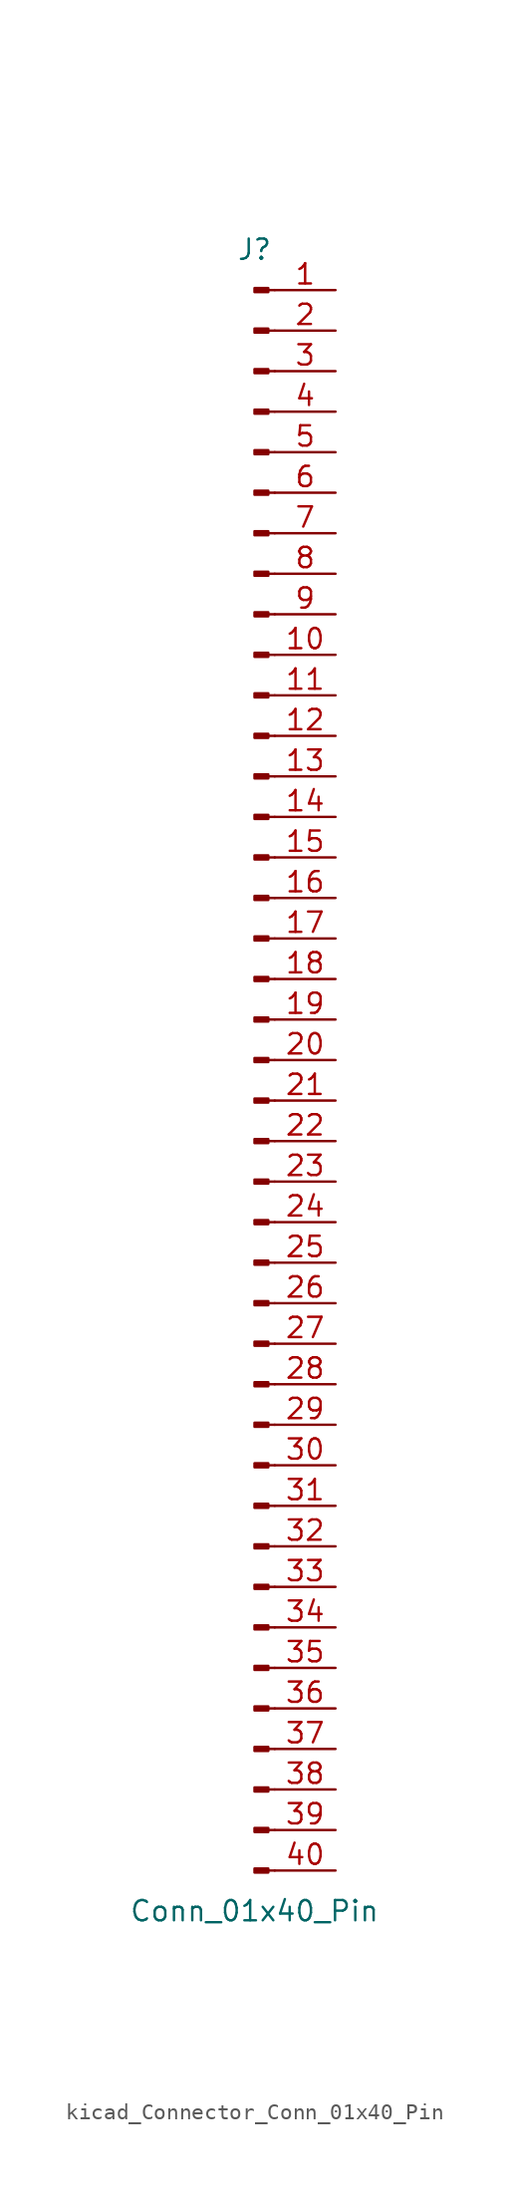
<source format=kicad_sym>
(kicad_symbol_lib
  (version 20220914)
  (generator kicad_symbol_editor)
  (symbol "kicad_Connector_Conn_01x40_Pin"
    (pin_names
      (offset 1.016) hide)
    (property "Reference" "J"
      (at 0 50.8 0)
      (effects (font (size 1.27 1.27))))
    (property "Value" "Conn_01x40_Pin"
      (at 0 -53.34 0)
      (effects (font (size 1.27 1.27))))
    (property "ki_locked" ""
      (at 0 0 0)
      (effects (font (size 1.27 1.27))))
    (symbol "kicad_Connector_Conn_01x40_Pin_1_1"
      (polyline (pts (xy 1.27 -50.8) (xy 0.864 -50.8)) (stroke (width 0.152) (type default)) (fill (type none)))
      (polyline (pts (xy 1.27 -48.26) (xy 0.864 -48.26)) (stroke (width 0.152) (type default)) (fill (type none)))
      (polyline (pts (xy 1.27 -45.72) (xy 0.864 -45.72)) (stroke (width 0.152) (type default)) (fill (type none)))
      (polyline (pts (xy 1.27 -43.18) (xy 0.864 -43.18)) (stroke (width 0.152) (type default)) (fill (type none)))
      (polyline (pts (xy 1.27 -40.64) (xy 0.864 -40.64)) (stroke (width 0.152) (type default)) (fill (type none)))
      (polyline (pts (xy 1.27 -38.1) (xy 0.864 -38.1)) (stroke (width 0.152) (type default)) (fill (type none)))
      (polyline (pts (xy 1.27 -35.56) (xy 0.864 -35.56)) (stroke (width 0.152) (type default)) (fill (type none)))
      (polyline (pts (xy 1.27 -33.02) (xy 0.864 -33.02)) (stroke (width 0.152) (type default)) (fill (type none)))
      (polyline (pts (xy 1.27 -30.48) (xy 0.864 -30.48)) (stroke (width 0.152) (type default)) (fill (type none)))
      (polyline (pts (xy 1.27 -27.94) (xy 0.864 -27.94)) (stroke (width 0.152) (type default)) (fill (type none)))
      (polyline (pts (xy 1.27 -25.4) (xy 0.864 -25.4)) (stroke (width 0.152) (type default)) (fill (type none)))
      (polyline (pts (xy 1.27 -22.86) (xy 0.864 -22.86)) (stroke (width 0.152) (type default)) (fill (type none)))
      (polyline (pts (xy 1.27 -20.32) (xy 0.864 -20.32)) (stroke (width 0.152) (type default)) (fill (type none)))
      (polyline (pts (xy 1.27 -17.78) (xy 0.864 -17.78)) (stroke (width 0.152) (type default)) (fill (type none)))
      (polyline (pts (xy 1.27 -15.24) (xy 0.864 -15.24)) (stroke (width 0.152) (type default)) (fill (type none)))
      (polyline (pts (xy 1.27 -12.7) (xy 0.864 -12.7)) (stroke (width 0.152) (type default)) (fill (type none)))
      (polyline (pts (xy 1.27 -10.16) (xy 0.864 -10.16)) (stroke (width 0.152) (type default)) (fill (type none)))
      (polyline (pts (xy 1.27 -7.62) (xy 0.864 -7.62)) (stroke (width 0.152) (type default)) (fill (type none)))
      (polyline (pts (xy 1.27 -5.08) (xy 0.864 -5.08)) (stroke (width 0.152) (type default)) (fill (type none)))
      (polyline (pts (xy 1.27 -2.54) (xy 0.864 -2.54)) (stroke (width 0.152) (type default)) (fill (type none)))
      (polyline (pts (xy 1.27 0) (xy 0.864 0)) (stroke (width 0.152) (type default)) (fill (type none)))
      (polyline (pts (xy 1.27 2.54) (xy 0.864 2.54)) (stroke (width 0.152) (type default)) (fill (type none)))
      (polyline (pts (xy 1.27 5.08) (xy 0.864 5.08)) (stroke (width 0.152) (type default)) (fill (type none)))
      (polyline (pts (xy 1.27 7.62) (xy 0.864 7.62)) (stroke (width 0.152) (type default)) (fill (type none)))
      (polyline (pts (xy 1.27 10.16) (xy 0.864 10.16)) (stroke (width 0.152) (type default)) (fill (type none)))
      (polyline (pts (xy 1.27 12.7) (xy 0.864 12.7)) (stroke (width 0.152) (type default)) (fill (type none)))
      (polyline (pts (xy 1.27 15.24) (xy 0.864 15.24)) (stroke (width 0.152) (type default)) (fill (type none)))
      (polyline (pts (xy 1.27 17.78) (xy 0.864 17.78)) (stroke (width 0.152) (type default)) (fill (type none)))
      (polyline (pts (xy 1.27 20.32) (xy 0.864 20.32)) (stroke (width 0.152) (type default)) (fill (type none)))
      (polyline (pts (xy 1.27 22.86) (xy 0.864 22.86)) (stroke (width 0.152) (type default)) (fill (type none)))
      (polyline (pts (xy 1.27 25.4) (xy 0.864 25.4)) (stroke (width 0.152) (type default)) (fill (type none)))
      (polyline (pts (xy 1.27 27.94) (xy 0.864 27.94)) (stroke (width 0.152) (type default)) (fill (type none)))
      (polyline (pts (xy 1.27 30.48) (xy 0.864 30.48)) (stroke (width 0.152) (type default)) (fill (type none)))
      (polyline (pts (xy 1.27 33.02) (xy 0.864 33.02)) (stroke (width 0.152) (type default)) (fill (type none)))
      (polyline (pts (xy 1.27 35.56) (xy 0.864 35.56)) (stroke (width 0.152) (type default)) (fill (type none)))
      (polyline (pts (xy 1.27 38.1) (xy 0.864 38.1)) (stroke (width 0.152) (type default)) (fill (type none)))
      (polyline (pts (xy 1.27 40.64) (xy 0.864 40.64)) (stroke (width 0.152) (type default)) (fill (type none)))
      (polyline (pts (xy 1.27 43.18) (xy 0.864 43.18)) (stroke (width 0.152) (type default)) (fill (type none)))
      (polyline (pts (xy 1.27 45.72) (xy 0.864 45.72)) (stroke (width 0.152) (type default)) (fill (type none)))
      (polyline (pts (xy 1.27 48.26) (xy 0.864 48.26)) (stroke (width 0.152) (type default)) (fill (type none)))
      (rectangle (start 0.864 -50.673) (end 0 -50.927) (stroke (width 0.152) (type default)) (fill (type outline)))
      (rectangle (start 0.864 -48.133) (end 0 -48.387) (stroke (width 0.152) (type default)) (fill (type outline)))
      (rectangle (start 0.864 -45.593) (end 0 -45.847) (stroke (width 0.152) (type default)) (fill (type outline)))
      (rectangle (start 0.864 -43.053) (end 0 -43.307) (stroke (width 0.152) (type default)) (fill (type outline)))
      (rectangle (start 0.864 -40.513) (end 0 -40.767) (stroke (width 0.152) (type default)) (fill (type outline)))
      (rectangle (start 0.864 -37.973) (end 0 -38.227) (stroke (width 0.152) (type default)) (fill (type outline)))
      (rectangle (start 0.864 -35.433) (end 0 -35.687) (stroke (width 0.152) (type default)) (fill (type outline)))
      (rectangle (start 0.864 -32.893) (end 0 -33.147) (stroke (width 0.152) (type default)) (fill (type outline)))
      (rectangle (start 0.864 -30.353) (end 0 -30.607) (stroke (width 0.152) (type default)) (fill (type outline)))
      (rectangle (start 0.864 -27.813) (end 0 -28.067) (stroke (width 0.152) (type default)) (fill (type outline)))
      (rectangle (start 0.864 -25.273) (end 0 -25.527) (stroke (width 0.152) (type default)) (fill (type outline)))
      (rectangle (start 0.864 -22.733) (end 0 -22.987) (stroke (width 0.152) (type default)) (fill (type outline)))
      (rectangle (start 0.864 -20.193) (end 0 -20.447) (stroke (width 0.152) (type default)) (fill (type outline)))
      (rectangle (start 0.864 -17.653) (end 0 -17.907) (stroke (width 0.152) (type default)) (fill (type outline)))
      (rectangle (start 0.864 -15.113) (end 0 -15.367) (stroke (width 0.152) (type default)) (fill (type outline)))
      (rectangle (start 0.864 -12.573) (end 0 -12.827) (stroke (width 0.152) (type default)) (fill (type outline)))
      (rectangle (start 0.864 -10.033) (end 0 -10.287) (stroke (width 0.152) (type default)) (fill (type outline)))
      (rectangle (start 0.864 -7.493) (end 0 -7.747) (stroke (width 0.152) (type default)) (fill (type outline)))
      (rectangle (start 0.864 -4.953) (end 0 -5.207) (stroke (width 0.152) (type default)) (fill (type outline)))
      (rectangle (start 0.864 -2.413) (end 0 -2.667) (stroke (width 0.152) (type default)) (fill (type outline)))
      (rectangle (start 0.864 0.127) (end 0 -0.127) (stroke (width 0.152) (type default)) (fill (type outline)))
      (rectangle (start 0.864 2.667) (end 0 2.413) (stroke (width 0.152) (type default)) (fill (type outline)))
      (rectangle (start 0.864 5.207) (end 0 4.953) (stroke (width 0.152) (type default)) (fill (type outline)))
      (rectangle (start 0.864 7.747) (end 0 7.493) (stroke (width 0.152) (type default)) (fill (type outline)))
      (rectangle (start 0.864 10.287) (end 0 10.033) (stroke (width 0.152) (type default)) (fill (type outline)))
      (rectangle (start 0.864 12.827) (end 0 12.573) (stroke (width 0.152) (type default)) (fill (type outline)))
      (rectangle (start 0.864 15.367) (end 0 15.113) (stroke (width 0.152) (type default)) (fill (type outline)))
      (rectangle (start 0.864 17.907) (end 0 17.653) (stroke (width 0.152) (type default)) (fill (type outline)))
      (rectangle (start 0.864 20.447) (end 0 20.193) (stroke (width 0.152) (type default)) (fill (type outline)))
      (rectangle (start 0.864 22.987) (end 0 22.733) (stroke (width 0.152) (type default)) (fill (type outline)))
      (rectangle (start 0.864 25.527) (end 0 25.273) (stroke (width 0.152) (type default)) (fill (type outline)))
      (rectangle (start 0.864 28.067) (end 0 27.813) (stroke (width 0.152) (type default)) (fill (type outline)))
      (rectangle (start 0.864 30.607) (end 0 30.353) (stroke (width 0.152) (type default)) (fill (type outline)))
      (rectangle (start 0.864 33.147) (end 0 32.893) (stroke (width 0.152) (type default)) (fill (type outline)))
      (rectangle (start 0.864 35.687) (end 0 35.433) (stroke (width 0.152) (type default)) (fill (type outline)))
      (rectangle (start 0.864 38.227) (end 0 37.973) (stroke (width 0.152) (type default)) (fill (type outline)))
      (rectangle (start 0.864 40.767) (end 0 40.513) (stroke (width 0.152) (type default)) (fill (type outline)))
      (rectangle (start 0.864 43.307) (end 0 43.053) (stroke (width 0.152) (type default)) (fill (type outline)))
      (rectangle (start 0.864 45.847) (end 0 45.593) (stroke (width 0.152) (type default)) (fill (type outline)))
      (rectangle (start 0.864 48.387) (end 0 48.133) (stroke (width 0.152) (type default)) (fill (type outline)))
      (pin passive line (at 5.08 48.26 180) (length 3.81) (name "Pin_1" (effects (font (size 1.27 1.27)))) (number "1" (effects (font (size 1.27 1.27)))))
      (pin passive line (at 5.08 25.4 180) (length 3.81) (name "Pin_10" (effects (font (size 1.27 1.27)))) (number "10" (effects (font (size 1.27 1.27)))))
      (pin passive line (at 5.08 22.86 180) (length 3.81) (name "Pin_11" (effects (font (size 1.27 1.27)))) (number "11" (effects (font (size 1.27 1.27)))))
      (pin passive line (at 5.08 20.32 180) (length 3.81) (name "Pin_12" (effects (font (size 1.27 1.27)))) (number "12" (effects (font (size 1.27 1.27)))))
      (pin passive line (at 5.08 17.78 180) (length 3.81) (name "Pin_13" (effects (font (size 1.27 1.27)))) (number "13" (effects (font (size 1.27 1.27)))))
      (pin passive line (at 5.08 15.24 180) (length 3.81) (name "Pin_14" (effects (font (size 1.27 1.27)))) (number "14" (effects (font (size 1.27 1.27)))))
      (pin passive line (at 5.08 12.7 180) (length 3.81) (name "Pin_15" (effects (font (size 1.27 1.27)))) (number "15" (effects (font (size 1.27 1.27)))))
      (pin passive line (at 5.08 10.16 180) (length 3.81) (name "Pin_16" (effects (font (size 1.27 1.27)))) (number "16" (effects (font (size 1.27 1.27)))))
      (pin passive line (at 5.08 7.62 180) (length 3.81) (name "Pin_17" (effects (font (size 1.27 1.27)))) (number "17" (effects (font (size 1.27 1.27)))))
      (pin passive line (at 5.08 5.08 180) (length 3.81) (name "Pin_18" (effects (font (size 1.27 1.27)))) (number "18" (effects (font (size 1.27 1.27)))))
      (pin passive line (at 5.08 2.54 180) (length 3.81) (name "Pin_19" (effects (font (size 1.27 1.27)))) (number "19" (effects (font (size 1.27 1.27)))))
      (pin passive line (at 5.08 45.72 180) (length 3.81) (name "Pin_2" (effects (font (size 1.27 1.27)))) (number "2" (effects (font (size 1.27 1.27)))))
      (pin passive line (at 5.08 0 180) (length 3.81) (name "Pin_20" (effects (font (size 1.27 1.27)))) (number "20" (effects (font (size 1.27 1.27)))))
      (pin passive line (at 5.08 -2.54 180) (length 3.81) (name "Pin_21" (effects (font (size 1.27 1.27)))) (number "21" (effects (font (size 1.27 1.27)))))
      (pin passive line (at 5.08 -5.08 180) (length 3.81) (name "Pin_22" (effects (font (size 1.27 1.27)))) (number "22" (effects (font (size 1.27 1.27)))))
      (pin passive line (at 5.08 -7.62 180) (length 3.81) (name "Pin_23" (effects (font (size 1.27 1.27)))) (number "23" (effects (font (size 1.27 1.27)))))
      (pin passive line (at 5.08 -10.16 180) (length 3.81) (name "Pin_24" (effects (font (size 1.27 1.27)))) (number "24" (effects (font (size 1.27 1.27)))))
      (pin passive line (at 5.08 -12.7 180) (length 3.81) (name "Pin_25" (effects (font (size 1.27 1.27)))) (number "25" (effects (font (size 1.27 1.27)))))
      (pin passive line (at 5.08 -15.24 180) (length 3.81) (name "Pin_26" (effects (font (size 1.27 1.27)))) (number "26" (effects (font (size 1.27 1.27)))))
      (pin passive line (at 5.08 -17.78 180) (length 3.81) (name "Pin_27" (effects (font (size 1.27 1.27)))) (number "27" (effects (font (size 1.27 1.27)))))
      (pin passive line (at 5.08 -20.32 180) (length 3.81) (name "Pin_28" (effects (font (size 1.27 1.27)))) (number "28" (effects (font (size 1.27 1.27)))))
      (pin passive line (at 5.08 -22.86 180) (length 3.81) (name "Pin_29" (effects (font (size 1.27 1.27)))) (number "29" (effects (font (size 1.27 1.27)))))
      (pin passive line (at 5.08 43.18 180) (length 3.81) (name "Pin_3" (effects (font (size 1.27 1.27)))) (number "3" (effects (font (size 1.27 1.27)))))
      (pin passive line (at 5.08 -25.4 180) (length 3.81) (name "Pin_30" (effects (font (size 1.27 1.27)))) (number "30" (effects (font (size 1.27 1.27)))))
      (pin passive line (at 5.08 -27.94 180) (length 3.81) (name "Pin_31" (effects (font (size 1.27 1.27)))) (number "31" (effects (font (size 1.27 1.27)))))
      (pin passive line (at 5.08 -30.48 180) (length 3.81) (name "Pin_32" (effects (font (size 1.27 1.27)))) (number "32" (effects (font (size 1.27 1.27)))))
      (pin passive line (at 5.08 -33.02 180) (length 3.81) (name "Pin_33" (effects (font (size 1.27 1.27)))) (number "33" (effects (font (size 1.27 1.27)))))
      (pin passive line (at 5.08 -35.56 180) (length 3.81) (name "Pin_34" (effects (font (size 1.27 1.27)))) (number "34" (effects (font (size 1.27 1.27)))))
      (pin passive line (at 5.08 -38.1 180) (length 3.81) (name "Pin_35" (effects (font (size 1.27 1.27)))) (number "35" (effects (font (size 1.27 1.27)))))
      (pin passive line (at 5.08 -40.64 180) (length 3.81) (name "Pin_36" (effects (font (size 1.27 1.27)))) (number "36" (effects (font (size 1.27 1.27)))))
      (pin passive line (at 5.08 -43.18 180) (length 3.81) (name "Pin_37" (effects (font (size 1.27 1.27)))) (number "37" (effects (font (size 1.27 1.27)))))
      (pin passive line (at 5.08 -45.72 180) (length 3.81) (name "Pin_38" (effects (font (size 1.27 1.27)))) (number "38" (effects (font (size 1.27 1.27)))))
      (pin passive line (at 5.08 -48.26 180) (length 3.81) (name "Pin_39" (effects (font (size 1.27 1.27)))) (number "39" (effects (font (size 1.27 1.27)))))
      (pin passive line (at 5.08 40.64 180) (length 3.81) (name "Pin_4" (effects (font (size 1.27 1.27)))) (number "4" (effects (font (size 1.27 1.27)))))
      (pin passive line (at 5.08 -50.8 180) (length 3.81) (name "Pin_40" (effects (font (size 1.27 1.27)))) (number "40" (effects (font (size 1.27 1.27)))))
      (pin passive line (at 5.08 38.1 180) (length 3.81) (name "Pin_5" (effects (font (size 1.27 1.27)))) (number "5" (effects (font (size 1.27 1.27)))))
      (pin passive line (at 5.08 35.56 180) (length 3.81) (name "Pin_6" (effects (font (size 1.27 1.27)))) (number "6" (effects (font (size 1.27 1.27)))))
      (pin passive line (at 5.08 33.02 180) (length 3.81) (name "Pin_7" (effects (font (size 1.27 1.27)))) (number "7" (effects (font (size 1.27 1.27)))))
      (pin passive line (at 5.08 30.48 180) (length 3.81) (name "Pin_8" (effects (font (size 1.27 1.27)))) (number "8" (effects (font (size 1.27 1.27)))))
      (pin passive line (at 5.08 27.94 180) (length 3.81) (name "Pin_9" (effects (font (size 1.27 1.27)))) (number "9" (effects (font (size 1.27 1.27))))))))
</source>
